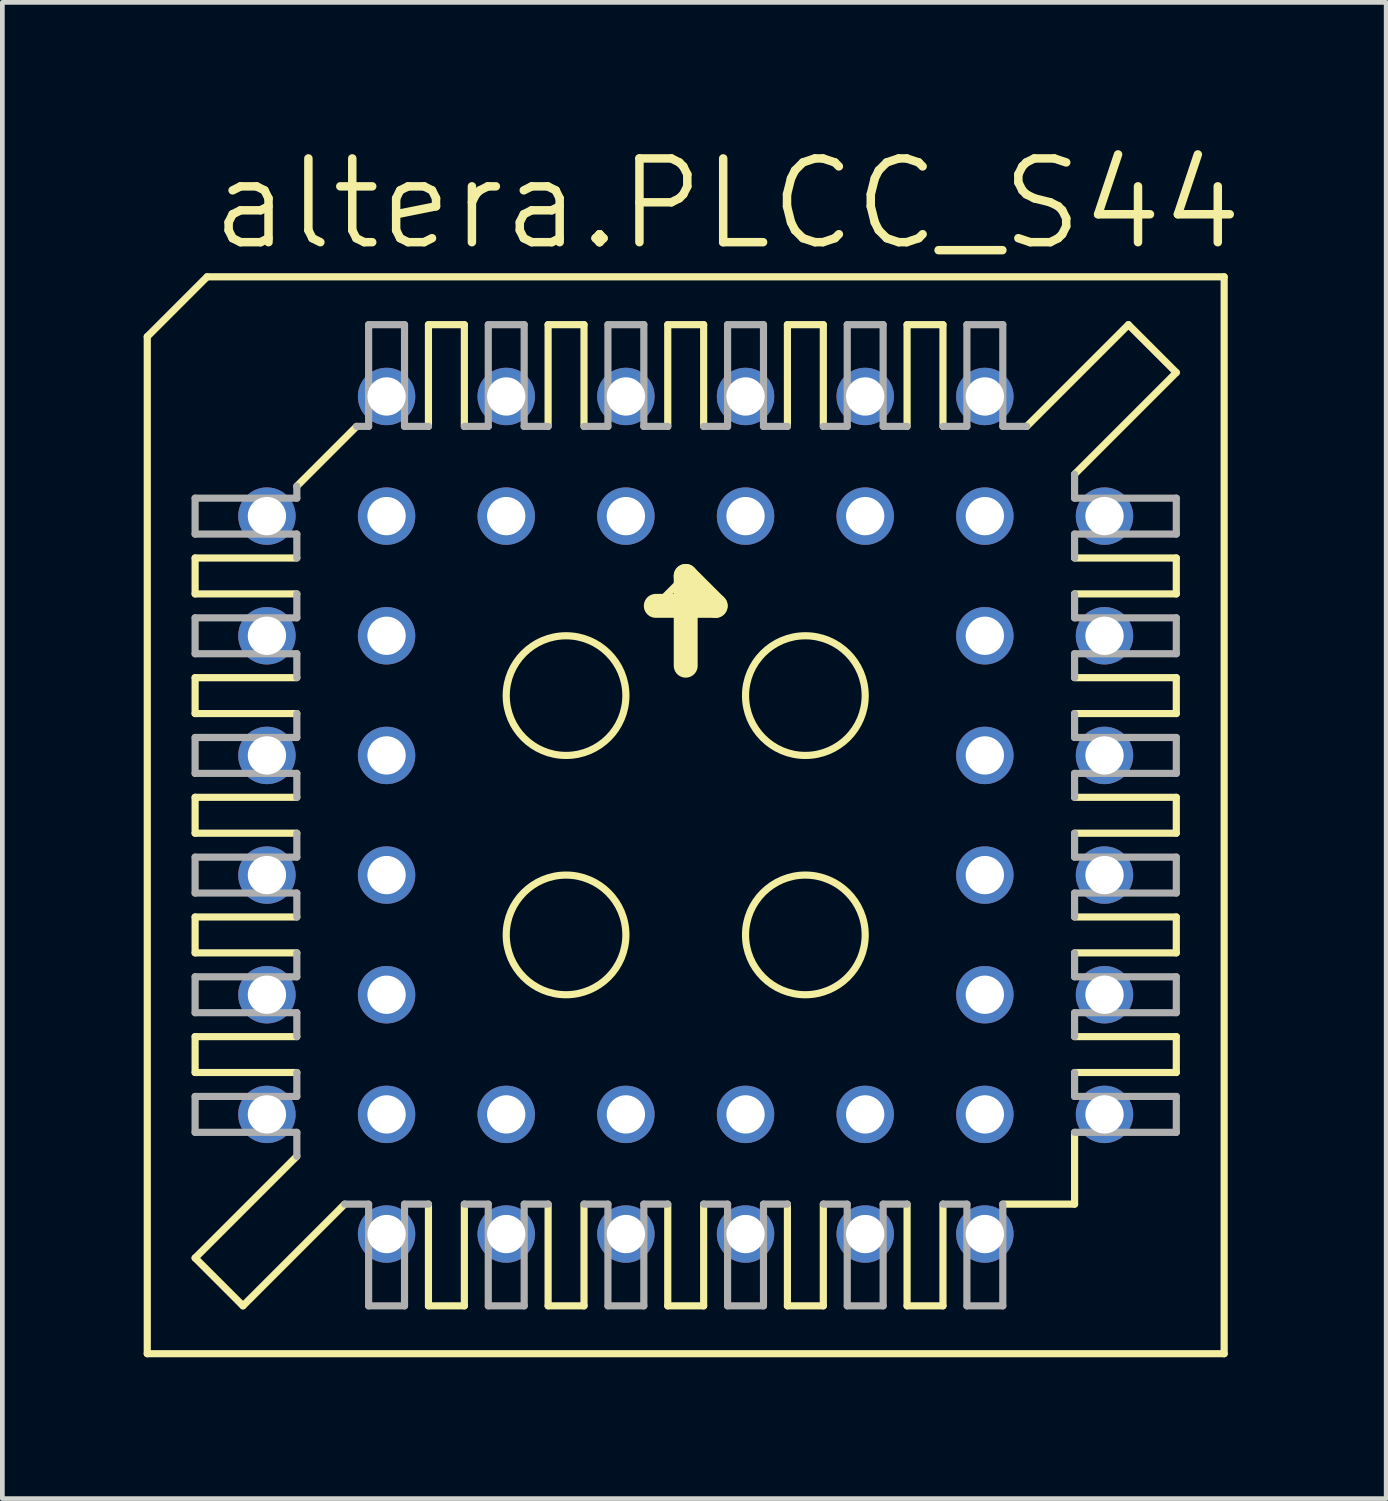
<source format=kicad_pcb>
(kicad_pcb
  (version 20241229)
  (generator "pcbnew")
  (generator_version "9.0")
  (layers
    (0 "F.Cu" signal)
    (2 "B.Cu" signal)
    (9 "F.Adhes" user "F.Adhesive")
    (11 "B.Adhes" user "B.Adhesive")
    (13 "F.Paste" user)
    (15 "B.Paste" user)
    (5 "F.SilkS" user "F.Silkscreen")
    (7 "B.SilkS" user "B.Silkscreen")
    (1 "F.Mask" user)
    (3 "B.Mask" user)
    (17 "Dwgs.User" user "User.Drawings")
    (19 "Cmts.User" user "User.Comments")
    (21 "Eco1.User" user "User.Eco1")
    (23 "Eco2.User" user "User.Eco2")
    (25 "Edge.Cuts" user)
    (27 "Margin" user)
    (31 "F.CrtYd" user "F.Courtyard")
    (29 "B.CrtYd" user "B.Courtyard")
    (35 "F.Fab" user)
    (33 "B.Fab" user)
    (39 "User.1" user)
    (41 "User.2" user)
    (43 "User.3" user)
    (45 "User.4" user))
  (footprint "altera.PLCC_S44"
    (layer "F.Cu")
    (at 11.506 14.256)
    (property "Reference" "altera.PLCC_S44" (at -10.16 -11.938 0) (layer "F.SilkS") (effects (font (size 1.778 1.778) (thickness 0.18)) (justify left bottom)))
    (attr through_hole)
    (fp_line (start -11.43 -10.16) (end -11.43 11.43) (stroke (width 0.152) (type default)) (layer "F.SilkS"))
    (fp_line (start -10.414 -5.461) (end -10.414 -4.699) (stroke (width 0.152) (type default)) (layer "F.SilkS"))
    (fp_line (start -10.414 -5.461) (end -8.255 -5.461) (stroke (width 0.152) (type default)) (layer "F.SilkS"))
    (fp_line (start -10.414 -2.921) (end -10.414 -2.159) (stroke (width 0.152) (type default)) (layer "F.SilkS"))
    (fp_line (start -10.414 -2.921) (end -8.255 -2.921) (stroke (width 0.152) (type default)) (layer "F.SilkS"))
    (fp_line (start -10.414 0.381) (end -10.414 -0.381) (stroke (width 0.152) (type default)) (layer "F.SilkS"))
    (fp_line (start -10.414 0.381) (end -8.255 0.381) (stroke (width 0.152) (type default)) (layer "F.SilkS"))
    (fp_line (start -10.414 2.921) (end -10.414 2.159) (stroke (width 0.152) (type default)) (layer "F.SilkS"))
    (fp_line (start -10.414 2.921) (end -8.255 2.921) (stroke (width 0.152) (type default)) (layer "F.SilkS"))
    (fp_line (start -10.414 5.461) (end -10.414 4.699) (stroke (width 0.152) (type default)) (layer "F.SilkS"))
    (fp_line (start -10.414 5.461) (end -8.255 5.461) (stroke (width 0.152) (type default)) (layer "F.SilkS"))
    (fp_line (start -10.414 9.398) (end -8.255 7.239) (stroke (width 0.152) (type default)) (layer "F.SilkS"))
    (fp_line (start -10.16 -11.43) (end -11.43 -10.16) (stroke (width 0.152) (type default)) (layer "F.SilkS"))
    (fp_line (start -9.398 10.414) (end -10.414 9.398) (stroke (width 0.152) (type default)) (layer "F.SilkS"))
    (fp_line (start -9.398 10.414) (end -7.239 8.255) (stroke (width 0.152) (type default)) (layer "F.SilkS"))
    (fp_line (start -8.255 -6.985) (end -6.985 -8.255) (stroke (width 0.152) (type default)) (layer "F.SilkS"))
    (fp_line (start -8.255 -4.699) (end -10.414 -4.699) (stroke (width 0.152) (type default)) (layer "F.SilkS"))
    (fp_line (start -8.255 -2.159) (end -10.414 -2.159) (stroke (width 0.152) (type default)) (layer "F.SilkS"))
    (fp_line (start -8.255 -0.381) (end -10.414 -0.381) (stroke (width 0.152) (type default)) (layer "F.SilkS"))
    (fp_line (start -8.255 2.159) (end -10.414 2.159) (stroke (width 0.152) (type default)) (layer "F.SilkS"))
    (fp_line (start -8.255 4.699) (end -10.414 4.699) (stroke (width 0.152) (type default)) (layer "F.SilkS"))
    (fp_line (start -5.461 -8.255) (end -5.461 -10.414) (stroke (width 0.152) (type default)) (layer "F.SilkS"))
    (fp_line (start -5.461 10.414) (end -5.461 8.255) (stroke (width 0.152) (type default)) (layer "F.SilkS"))
    (fp_line (start -5.461 10.414) (end -4.699 10.414) (stroke (width 0.152) (type default)) (layer "F.SilkS"))
    (fp_line (start -4.699 -10.414) (end -5.461 -10.414) (stroke (width 0.152) (type default)) (layer "F.SilkS"))
    (fp_line (start -4.699 -10.414) (end -4.699 -8.255) (stroke (width 0.152) (type default)) (layer "F.SilkS"))
    (fp_line (start -4.699 8.255) (end -4.699 10.414) (stroke (width 0.152) (type default)) (layer "F.SilkS"))
    (fp_line (start -2.921 -8.255) (end -2.921 -10.414) (stroke (width 0.152) (type default)) (layer "F.SilkS"))
    (fp_line (start -2.921 10.414) (end -2.921 8.255) (stroke (width 0.152) (type default)) (layer "F.SilkS"))
    (fp_line (start -2.921 10.414) (end -2.159 10.414) (stroke (width 0.152) (type default)) (layer "F.SilkS"))
    (fp_line (start -2.159 -10.414) (end -2.921 -10.414) (stroke (width 0.152) (type default)) (layer "F.SilkS"))
    (fp_line (start -2.159 -10.414) (end -2.159 -8.255) (stroke (width 0.152) (type default)) (layer "F.SilkS"))
    (fp_line (start -2.159 8.255) (end -2.159 10.414) (stroke (width 0.152) (type default)) (layer "F.SilkS"))
    (fp_line (start -0.635 -4.445) (end 0 -5.08) (stroke (width 0.152) (type default)) (layer "F.SilkS"))
    (fp_line (start -0.381 -8.255) (end -0.381 -10.414) (stroke (width 0.152) (type default)) (layer "F.SilkS"))
    (fp_line (start -0.381 10.414) (end -0.381 8.255) (stroke (width 0.152) (type default)) (layer "F.SilkS"))
    (fp_line (start -0.381 10.414) (end 0.381 10.414) (stroke (width 0.152) (type default)) (layer "F.SilkS"))
    (fp_line (start 0 -5.08) (end 0 -3.175) (stroke (width 0.508) (type default)) (layer "F.SilkS"))
    (fp_line (start 0 -5.08) (end 0.635 -4.445) (stroke (width 0.508) (type default)) (layer "F.SilkS"))
    (fp_line (start 0.381 -10.414) (end -0.381 -10.414) (stroke (width 0.152) (type default)) (layer "F.SilkS"))
    (fp_line (start 0.381 -10.414) (end 0.381 -8.255) (stroke (width 0.152) (type default)) (layer "F.SilkS"))
    (fp_line (start 0.381 8.255) (end 0.381 10.414) (stroke (width 0.152) (type default)) (layer "F.SilkS"))
    (fp_line (start 0.635 -4.445) (end -0.635 -4.445) (stroke (width 0.508) (type default)) (layer "F.SilkS"))
    (fp_line (start 2.159 -8.255) (end 2.159 -10.414) (stroke (width 0.152) (type default)) (layer "F.SilkS"))
    (fp_line (start 2.159 10.414) (end 2.159 8.255) (stroke (width 0.152) (type default)) (layer "F.SilkS"))
    (fp_line (start 2.159 10.414) (end 2.921 10.414) (stroke (width 0.152) (type default)) (layer "F.SilkS"))
    (fp_line (start 2.921 -10.414) (end 2.159 -10.414) (stroke (width 0.152) (type default)) (layer "F.SilkS"))
    (fp_line (start 2.921 -10.414) (end 2.921 -8.255) (stroke (width 0.152) (type default)) (layer "F.SilkS"))
    (fp_line (start 2.921 8.255) (end 2.921 10.414) (stroke (width 0.152) (type default)) (layer "F.SilkS"))
    (fp_line (start 4.699 -8.255) (end 4.699 -10.414) (stroke (width 0.152) (type default)) (layer "F.SilkS"))
    (fp_line (start 4.699 10.414) (end 4.699 8.255) (stroke (width 0.152) (type default)) (layer "F.SilkS"))
    (fp_line (start 4.699 10.414) (end 5.461 10.414) (stroke (width 0.152) (type default)) (layer "F.SilkS"))
    (fp_line (start 5.461 -10.414) (end 4.699 -10.414) (stroke (width 0.152) (type default)) (layer "F.SilkS"))
    (fp_line (start 5.461 -10.414) (end 5.461 -8.255) (stroke (width 0.152) (type default)) (layer "F.SilkS"))
    (fp_line (start 5.461 8.255) (end 5.461 10.414) (stroke (width 0.152) (type default)) (layer "F.SilkS"))
    (fp_line (start 6.731 8.255) (end 8.255 8.255) (stroke (width 0.152) (type default)) (layer "F.SilkS"))
    (fp_line (start 8.255 -4.699) (end 10.414 -4.699) (stroke (width 0.152) (type default)) (layer "F.SilkS"))
    (fp_line (start 8.255 -2.159) (end 10.414 -2.159) (stroke (width 0.152) (type default)) (layer "F.SilkS"))
    (fp_line (start 8.255 0.381) (end 10.414 0.381) (stroke (width 0.152) (type default)) (layer "F.SilkS"))
    (fp_line (start 8.255 2.159) (end 10.414 2.159) (stroke (width 0.152) (type default)) (layer "F.SilkS"))
    (fp_line (start 8.255 4.699) (end 10.414 4.699) (stroke (width 0.152) (type default)) (layer "F.SilkS"))
    (fp_line (start 8.255 8.255) (end 8.255 6.731) (stroke (width 0.152) (type default)) (layer "F.SilkS"))
    (fp_line (start 9.398 -10.414) (end 7.239 -8.255) (stroke (width 0.152) (type default)) (layer "F.SilkS"))
    (fp_line (start 10.414 -9.398) (end 8.255 -7.239) (stroke (width 0.152) (type default)) (layer "F.SilkS"))
    (fp_line (start 10.414 -9.398) (end 9.398 -10.414) (stroke (width 0.152) (type default)) (layer "F.SilkS"))
    (fp_line (start 10.414 -5.461) (end 8.255 -5.461) (stroke (width 0.152) (type default)) (layer "F.SilkS"))
    (fp_line (start 10.414 -5.461) (end 10.414 -4.699) (stroke (width 0.152) (type default)) (layer "F.SilkS"))
    (fp_line (start 10.414 -2.921) (end 8.255 -2.921) (stroke (width 0.152) (type default)) (layer "F.SilkS"))
    (fp_line (start 10.414 -2.921) (end 10.414 -2.159) (stroke (width 0.152) (type default)) (layer "F.SilkS"))
    (fp_line (start 10.414 -0.381) (end 8.255 -0.381) (stroke (width 0.152) (type default)) (layer "F.SilkS"))
    (fp_line (start 10.414 -0.381) (end 10.414 0.381) (stroke (width 0.152) (type default)) (layer "F.SilkS"))
    (fp_line (start 10.414 2.921) (end 8.255 2.921) (stroke (width 0.152) (type default)) (layer "F.SilkS"))
    (fp_line (start 10.414 2.921) (end 10.414 2.159) (stroke (width 0.152) (type default)) (layer "F.SilkS"))
    (fp_line (start 10.414 5.461) (end 8.255 5.461) (stroke (width 0.152) (type default)) (layer "F.SilkS"))
    (fp_line (start 10.414 5.461) (end 10.414 4.699) (stroke (width 0.152) (type default)) (layer "F.SilkS"))
    (fp_line (start 11.43 -11.43) (end -10.16 -11.43) (stroke (width 0.152) (type default)) (layer "F.SilkS"))
    (fp_line (start 11.43 11.43) (end -11.43 11.43) (stroke (width 0.152) (type default)) (layer "F.SilkS"))
    (fp_line (start 11.43 11.43) (end 11.43 -11.43) (stroke (width 0.152) (type default)) (layer "F.SilkS"))
    (fp_circle (center -2.54 -2.54) (end -1.27 -2.54) (stroke (width 0.152) (type default)) (fill no) (layer "F.SilkS"))
    (fp_circle (center -2.54 2.54) (end -1.27 2.54) (stroke (width 0.152) (type default)) (fill no) (layer "F.SilkS"))
    (fp_circle (center 2.54 -2.54) (end 3.81 -2.54) (stroke (width 0.152) (type default)) (fill no) (layer "F.SilkS"))
    (fp_circle (center 2.54 2.54) (end 3.81 2.54) (stroke (width 0.152) (type default)) (fill no) (layer "F.SilkS"))
    (fp_line (start -10.414 -6.731) (end -10.414 -5.969) (stroke (width 0.152) (type default)) (layer "F.Fab"))
    (fp_line (start -10.414 -6.731) (end -8.255 -6.731) (stroke (width 0.152) (type default)) (layer "F.Fab"))
    (fp_line (start -10.414 -4.191) (end -10.414 -3.429) (stroke (width 0.152) (type default)) (layer "F.Fab"))
    (fp_line (start -10.414 -4.191) (end -8.255 -4.191) (stroke (width 0.152) (type default)) (layer "F.Fab"))
    (fp_line (start -10.414 -0.889) (end -10.414 -1.651) (stroke (width 0.152) (type default)) (layer "F.Fab"))
    (fp_line (start -10.414 -0.889) (end -8.255 -0.889) (stroke (width 0.152) (type default)) (layer "F.Fab"))
    (fp_line (start -10.414 1.651) (end -10.414 0.889) (stroke (width 0.152) (type default)) (layer "F.Fab"))
    (fp_line (start -10.414 1.651) (end -8.255 1.651) (stroke (width 0.152) (type default)) (layer "F.Fab"))
    (fp_line (start -10.414 4.191) (end -10.414 3.429) (stroke (width 0.152) (type default)) (layer "F.Fab"))
    (fp_line (start -10.414 4.191) (end -8.255 4.191) (stroke (width 0.152) (type default)) (layer "F.Fab"))
    (fp_line (start -10.414 6.731) (end -10.414 5.969) (stroke (width 0.152) (type default)) (layer "F.Fab"))
    (fp_line (start -10.414 6.731) (end -8.255 6.731) (stroke (width 0.152) (type default)) (layer "F.Fab"))
    (fp_line (start -8.255 -6.731) (end -8.255 -6.985) (stroke (width 0.152) (type default)) (layer "F.Fab"))
    (fp_line (start -8.255 -5.969) (end -10.414 -5.969) (stroke (width 0.152) (type default)) (layer "F.Fab"))
    (fp_line (start -8.255 -5.969) (end -8.255 -5.461) (stroke (width 0.152) (type default)) (layer "F.Fab"))
    (fp_line (start -8.255 -4.699) (end -8.255 -4.191) (stroke (width 0.152) (type default)) (layer "F.Fab"))
    (fp_line (start -8.255 -3.429) (end -10.414 -3.429) (stroke (width 0.152) (type default)) (layer "F.Fab"))
    (fp_line (start -8.255 -3.429) (end -8.255 -2.921) (stroke (width 0.152) (type default)) (layer "F.Fab"))
    (fp_line (start -8.255 -2.159) (end -8.255 -1.651) (stroke (width 0.152) (type default)) (layer "F.Fab"))
    (fp_line (start -8.255 -1.651) (end -10.414 -1.651) (stroke (width 0.152) (type default)) (layer "F.Fab"))
    (fp_line (start -8.255 -0.381) (end -8.255 -0.889) (stroke (width 0.152) (type default)) (layer "F.Fab"))
    (fp_line (start -8.255 0.889) (end -10.414 0.889) (stroke (width 0.152) (type default)) (layer "F.Fab"))
    (fp_line (start -8.255 0.889) (end -8.255 0.381) (stroke (width 0.152) (type default)) (layer "F.Fab"))
    (fp_line (start -8.255 2.159) (end -8.255 1.651) (stroke (width 0.152) (type default)) (layer "F.Fab"))
    (fp_line (start -8.255 3.429) (end -10.414 3.429) (stroke (width 0.152) (type default)) (layer "F.Fab"))
    (fp_line (start -8.255 3.429) (end -8.255 2.921) (stroke (width 0.152) (type default)) (layer "F.Fab"))
    (fp_line (start -8.255 4.699) (end -8.255 4.191) (stroke (width 0.152) (type default)) (layer "F.Fab"))
    (fp_line (start -8.255 5.969) (end -10.414 5.969) (stroke (width 0.152) (type default)) (layer "F.Fab"))
    (fp_line (start -8.255 5.969) (end -8.255 5.461) (stroke (width 0.152) (type default)) (layer "F.Fab"))
    (fp_line (start -8.255 7.239) (end -8.255 6.731) (stroke (width 0.152) (type default)) (layer "F.Fab"))
    (fp_line (start -7.239 8.255) (end -6.731 8.255) (stroke (width 0.152) (type default)) (layer "F.Fab"))
    (fp_line (start -6.985 -8.255) (end -6.731 -8.255) (stroke (width 0.152) (type default)) (layer "F.Fab"))
    (fp_line (start -6.731 -8.255) (end -6.731 -10.414) (stroke (width 0.152) (type default)) (layer "F.Fab"))
    (fp_line (start -6.731 10.414) (end -6.731 8.255) (stroke (width 0.152) (type default)) (layer "F.Fab"))
    (fp_line (start -6.731 10.414) (end -5.969 10.414) (stroke (width 0.152) (type default)) (layer "F.Fab"))
    (fp_line (start -5.969 -10.414) (end -6.731 -10.414) (stroke (width 0.152) (type default)) (layer "F.Fab"))
    (fp_line (start -5.969 -10.414) (end -5.969 -8.255) (stroke (width 0.152) (type default)) (layer "F.Fab"))
    (fp_line (start -5.969 8.255) (end -5.969 10.414) (stroke (width 0.152) (type default)) (layer "F.Fab"))
    (fp_line (start -5.969 8.255) (end -5.461 8.255) (stroke (width 0.152) (type default)) (layer "F.Fab"))
    (fp_line (start -5.461 -8.255) (end -5.969 -8.255) (stroke (width 0.152) (type default)) (layer "F.Fab"))
    (fp_line (start -4.699 8.255) (end -4.191 8.255) (stroke (width 0.152) (type default)) (layer "F.Fab"))
    (fp_line (start -4.191 -8.255) (end -4.699 -8.255) (stroke (width 0.152) (type default)) (layer "F.Fab"))
    (fp_line (start -4.191 -8.255) (end -4.191 -10.414) (stroke (width 0.152) (type default)) (layer "F.Fab"))
    (fp_line (start -4.191 10.414) (end -4.191 8.255) (stroke (width 0.152) (type default)) (layer "F.Fab"))
    (fp_line (start -4.191 10.414) (end -3.429 10.414) (stroke (width 0.152) (type default)) (layer "F.Fab"))
    (fp_line (start -3.429 -10.414) (end -4.191 -10.414) (stroke (width 0.152) (type default)) (layer "F.Fab"))
    (fp_line (start -3.429 -10.414) (end -3.429 -8.255) (stroke (width 0.152) (type default)) (layer "F.Fab"))
    (fp_line (start -3.429 8.255) (end -3.429 10.414) (stroke (width 0.152) (type default)) (layer "F.Fab"))
    (fp_line (start -3.429 8.255) (end -2.921 8.255) (stroke (width 0.152) (type default)) (layer "F.Fab"))
    (fp_line (start -2.921 -8.255) (end -3.429 -8.255) (stroke (width 0.152) (type default)) (layer "F.Fab"))
    (fp_line (start -2.159 8.255) (end -1.651 8.255) (stroke (width 0.152) (type default)) (layer "F.Fab"))
    (fp_line (start -1.651 -8.255) (end -2.159 -8.255) (stroke (width 0.152) (type default)) (layer "F.Fab"))
    (fp_line (start -1.651 -8.255) (end -1.651 -10.414) (stroke (width 0.152) (type default)) (layer "F.Fab"))
    (fp_line (start -1.651 10.414) (end -1.651 8.255) (stroke (width 0.152) (type default)) (layer "F.Fab"))
    (fp_line (start -1.651 10.414) (end -0.889 10.414) (stroke (width 0.152) (type default)) (layer "F.Fab"))
    (fp_line (start -0.889 -10.414) (end -1.651 -10.414) (stroke (width 0.152) (type default)) (layer "F.Fab"))
    (fp_line (start -0.889 -10.414) (end -0.889 -8.255) (stroke (width 0.152) (type default)) (layer "F.Fab"))
    (fp_line (start -0.889 8.255) (end -0.889 10.414) (stroke (width 0.152) (type default)) (layer "F.Fab"))
    (fp_line (start -0.889 8.255) (end -0.381 8.255) (stroke (width 0.152) (type default)) (layer "F.Fab"))
    (fp_line (start -0.381 -8.255) (end -0.889 -8.255) (stroke (width 0.152) (type default)) (layer "F.Fab"))
    (fp_line (start 0.381 8.255) (end 0.889 8.255) (stroke (width 0.152) (type default)) (layer "F.Fab"))
    (fp_line (start 0.889 -8.255) (end 0.381 -8.255) (stroke (width 0.152) (type default)) (layer "F.Fab"))
    (fp_line (start 0.889 -8.255) (end 0.889 -10.414) (stroke (width 0.152) (type default)) (layer "F.Fab"))
    (fp_line (start 0.889 10.414) (end 0.889 8.255) (stroke (width 0.152) (type default)) (layer "F.Fab"))
    (fp_line (start 0.889 10.414) (end 1.651 10.414) (stroke (width 0.152) (type default)) (layer "F.Fab"))
    (fp_line (start 1.651 -10.414) (end 0.889 -10.414) (stroke (width 0.152) (type default)) (layer "F.Fab"))
    (fp_line (start 1.651 -10.414) (end 1.651 -8.255) (stroke (width 0.152) (type default)) (layer "F.Fab"))
    (fp_line (start 1.651 8.255) (end 1.651 10.414) (stroke (width 0.152) (type default)) (layer "F.Fab"))
    (fp_line (start 1.651 8.255) (end 2.159 8.255) (stroke (width 0.152) (type default)) (layer "F.Fab"))
    (fp_line (start 2.159 -8.255) (end 1.651 -8.255) (stroke (width 0.152) (type default)) (layer "F.Fab"))
    (fp_line (start 2.921 8.255) (end 3.429 8.255) (stroke (width 0.152) (type default)) (layer "F.Fab"))
    (fp_line (start 3.429 -8.255) (end 2.921 -8.255) (stroke (width 0.152) (type default)) (layer "F.Fab"))
    (fp_line (start 3.429 -8.255) (end 3.429 -10.414) (stroke (width 0.152) (type default)) (layer "F.Fab"))
    (fp_line (start 3.429 10.414) (end 3.429 8.255) (stroke (width 0.152) (type default)) (layer "F.Fab"))
    (fp_line (start 3.429 10.414) (end 4.191 10.414) (stroke (width 0.152) (type default)) (layer "F.Fab"))
    (fp_line (start 4.191 -10.414) (end 3.429 -10.414) (stroke (width 0.152) (type default)) (layer "F.Fab"))
    (fp_line (start 4.191 -10.414) (end 4.191 -8.255) (stroke (width 0.152) (type default)) (layer "F.Fab"))
    (fp_line (start 4.191 8.255) (end 4.191 10.414) (stroke (width 0.152) (type default)) (layer "F.Fab"))
    (fp_line (start 4.191 8.255) (end 4.699 8.255) (stroke (width 0.152) (type default)) (layer "F.Fab"))
    (fp_line (start 4.699 -8.255) (end 4.191 -8.255) (stroke (width 0.152) (type default)) (layer "F.Fab"))
    (fp_line (start 5.461 8.255) (end 5.969 8.255) (stroke (width 0.152) (type default)) (layer "F.Fab"))
    (fp_line (start 5.969 -8.255) (end 5.461 -8.255) (stroke (width 0.152) (type default)) (layer "F.Fab"))
    (fp_line (start 5.969 -8.255) (end 5.969 -10.414) (stroke (width 0.152) (type default)) (layer "F.Fab"))
    (fp_line (start 5.969 10.414) (end 5.969 8.255) (stroke (width 0.152) (type default)) (layer "F.Fab"))
    (fp_line (start 5.969 10.414) (end 6.731 10.414) (stroke (width 0.152) (type default)) (layer "F.Fab"))
    (fp_line (start 6.731 -10.414) (end 5.969 -10.414) (stroke (width 0.152) (type default)) (layer "F.Fab"))
    (fp_line (start 6.731 -10.414) (end 6.731 -8.255) (stroke (width 0.152) (type default)) (layer "F.Fab"))
    (fp_line (start 6.731 8.255) (end 6.731 10.414) (stroke (width 0.152) (type default)) (layer "F.Fab"))
    (fp_line (start 7.239 -8.255) (end 6.731 -8.255) (stroke (width 0.152) (type default)) (layer "F.Fab"))
    (fp_line (start 8.255 -7.239) (end 8.255 -6.731) (stroke (width 0.152) (type default)) (layer "F.Fab"))
    (fp_line (start 8.255 -5.969) (end 8.255 -5.461) (stroke (width 0.152) (type default)) (layer "F.Fab"))
    (fp_line (start 8.255 -5.969) (end 10.414 -5.969) (stroke (width 0.152) (type default)) (layer "F.Fab"))
    (fp_line (start 8.255 -4.699) (end 8.255 -4.191) (stroke (width 0.152) (type default)) (layer "F.Fab"))
    (fp_line (start 8.255 -3.429) (end 8.255 -2.921) (stroke (width 0.152) (type default)) (layer "F.Fab"))
    (fp_line (start 8.255 -3.429) (end 10.414 -3.429) (stroke (width 0.152) (type default)) (layer "F.Fab"))
    (fp_line (start 8.255 -2.159) (end 8.255 -1.651) (stroke (width 0.152) (type default)) (layer "F.Fab"))
    (fp_line (start 8.255 -0.889) (end 8.255 -0.381) (stroke (width 0.152) (type default)) (layer "F.Fab"))
    (fp_line (start 8.255 -0.889) (end 10.414 -0.889) (stroke (width 0.152) (type default)) (layer "F.Fab"))
    (fp_line (start 8.255 0.381) (end 8.255 0.889) (stroke (width 0.152) (type default)) (layer "F.Fab"))
    (fp_line (start 8.255 1.651) (end 8.255 2.159) (stroke (width 0.152) (type default)) (layer "F.Fab"))
    (fp_line (start 8.255 1.651) (end 10.414 1.651) (stroke (width 0.152) (type default)) (layer "F.Fab"))
    (fp_line (start 8.255 3.429) (end 8.255 2.921) (stroke (width 0.152) (type default)) (layer "F.Fab"))
    (fp_line (start 8.255 3.429) (end 10.414 3.429) (stroke (width 0.152) (type default)) (layer "F.Fab"))
    (fp_line (start 8.255 4.699) (end 8.255 4.191) (stroke (width 0.152) (type default)) (layer "F.Fab"))
    (fp_line (start 8.255 5.969) (end 8.255 5.461) (stroke (width 0.152) (type default)) (layer "F.Fab"))
    (fp_line (start 8.255 5.969) (end 10.414 5.969) (stroke (width 0.152) (type default)) (layer "F.Fab"))
    (fp_line (start 10.414 -6.731) (end 8.255 -6.731) (stroke (width 0.152) (type default)) (layer "F.Fab"))
    (fp_line (start 10.414 -6.731) (end 10.414 -5.969) (stroke (width 0.152) (type default)) (layer "F.Fab"))
    (fp_line (start 10.414 -4.191) (end 8.255 -4.191) (stroke (width 0.152) (type default)) (layer "F.Fab"))
    (fp_line (start 10.414 -4.191) (end 10.414 -3.429) (stroke (width 0.152) (type default)) (layer "F.Fab"))
    (fp_line (start 10.414 -1.651) (end 8.255 -1.651) (stroke (width 0.152) (type default)) (layer "F.Fab"))
    (fp_line (start 10.414 -1.651) (end 10.414 -0.889) (stroke (width 0.152) (type default)) (layer "F.Fab"))
    (fp_line (start 10.414 0.889) (end 8.255 0.889) (stroke (width 0.152) (type default)) (layer "F.Fab"))
    (fp_line (start 10.414 0.889) (end 10.414 1.651) (stroke (width 0.152) (type default)) (layer "F.Fab"))
    (fp_line (start 10.414 4.191) (end 8.255 4.191) (stroke (width 0.152) (type default)) (layer "F.Fab"))
    (fp_line (start 10.414 4.191) (end 10.414 3.429) (stroke (width 0.152) (type default)) (layer "F.Fab"))
    (fp_line (start 10.414 6.731) (end 8.255 6.731) (stroke (width 0.152) (type default)) (layer "F.Fab"))
    (fp_line (start 10.414 6.731) (end 10.414 5.969) (stroke (width 0.152) (type default)) (layer "F.Fab"))
    (pad "1" thru_hole circle (at 1.27 -6.35) (size 1.219 1.219) (drill 0.813) (layers "*.Cu" "*.Mask"))
    (pad "2" thru_hole circle (at -1.27 -8.89) (size 1.219 1.219) (drill 0.813) (layers "*.Cu" "*.Mask"))
    (pad "3" thru_hole circle (at -1.27 -6.35) (size 1.219 1.219) (drill 0.813) (layers "*.Cu" "*.Mask"))
    (pad "4" thru_hole circle (at -3.81 -8.89) (size 1.219 1.219) (drill 0.813) (layers "*.Cu" "*.Mask"))
    (pad "5" thru_hole circle (at -3.81 -6.35) (size 1.219 1.219) (drill 0.813) (layers "*.Cu" "*.Mask"))
    (pad "6" thru_hole circle (at -6.35 -8.89) (size 1.219 1.219) (drill 0.813) (layers "*.Cu" "*.Mask"))
    (pad "7" thru_hole circle (at -8.89 -6.35) (size 1.219 1.219) (drill 0.813) (layers "*.Cu" "*.Mask"))
    (pad "8" thru_hole circle (at -6.35 -6.35) (size 1.219 1.219) (drill 0.813) (layers "*.Cu" "*.Mask"))
    (pad "9" thru_hole circle (at -8.89 -3.81) (size 1.219 1.219) (drill 0.813) (layers "*.Cu" "*.Mask"))
    (pad "10" thru_hole circle (at -6.35 -3.81) (size 1.219 1.219) (drill 0.813) (layers "*.Cu" "*.Mask"))
    (pad "11" thru_hole circle (at -8.89 -1.27) (size 1.219 1.219) (drill 0.813) (layers "*.Cu" "*.Mask"))
    (pad "12" thru_hole circle (at -6.35 -1.27) (size 1.219 1.219) (drill 0.813) (layers "*.Cu" "*.Mask"))
    (pad "13" thru_hole circle (at -8.89 1.27) (size 1.219 1.219) (drill 0.813) (layers "*.Cu" "*.Mask"))
    (pad "14" thru_hole circle (at -6.35 1.27) (size 1.219 1.219) (drill 0.813) (layers "*.Cu" "*.Mask"))
    (pad "15" thru_hole circle (at -8.89 3.81) (size 1.219 1.219) (drill 0.813) (layers "*.Cu" "*.Mask"))
    (pad "16" thru_hole circle (at -6.35 3.81) (size 1.219 1.219) (drill 0.813) (layers "*.Cu" "*.Mask"))
    (pad "17" thru_hole circle (at -8.89 6.35) (size 1.219 1.219) (drill 0.813) (layers "*.Cu" "*.Mask"))
    (pad "18" thru_hole circle (at -6.35 8.89) (size 1.219 1.219) (drill 0.813) (layers "*.Cu" "*.Mask"))
    (pad "19" thru_hole circle (at -6.35 6.35) (size 1.219 1.219) (drill 0.813) (layers "*.Cu" "*.Mask"))
    (pad "20" thru_hole circle (at -3.81 8.89) (size 1.219 1.219) (drill 0.813) (layers "*.Cu" "*.Mask"))
    (pad "21" thru_hole circle (at -3.81 6.35) (size 1.219 1.219) (drill 0.813) (layers "*.Cu" "*.Mask"))
    (pad "22" thru_hole circle (at -1.27 8.89) (size 1.219 1.219) (drill 0.813) (layers "*.Cu" "*.Mask"))
    (pad "23" thru_hole circle (at -1.27 6.35) (size 1.219 1.219) (drill 0.813) (layers "*.Cu" "*.Mask"))
    (pad "24" thru_hole circle (at 1.27 8.89) (size 1.219 1.219) (drill 0.813) (layers "*.Cu" "*.Mask"))
    (pad "25" thru_hole circle (at 1.27 6.35) (size 1.219 1.219) (drill 0.813) (layers "*.Cu" "*.Mask"))
    (pad "26" thru_hole circle (at 3.81 8.89) (size 1.219 1.219) (drill 0.813) (layers "*.Cu" "*.Mask"))
    (pad "27" thru_hole circle (at 3.81 6.35) (size 1.219 1.219) (drill 0.813) (layers "*.Cu" "*.Mask"))
    (pad "28" thru_hole circle (at 6.35 8.89) (size 1.219 1.219) (drill 0.813) (layers "*.Cu" "*.Mask"))
    (pad "29" thru_hole circle (at 8.89 6.35) (size 1.219 1.219) (drill 0.813) (layers "*.Cu" "*.Mask"))
    (pad "30" thru_hole circle (at 6.35 6.35) (size 1.219 1.219) (drill 0.813) (layers "*.Cu" "*.Mask"))
    (pad "31" thru_hole circle (at 8.89 3.81) (size 1.219 1.219) (drill 0.813) (layers "*.Cu" "*.Mask"))
    (pad "32" thru_hole circle (at 6.35 3.81) (size 1.219 1.219) (drill 0.813) (layers "*.Cu" "*.Mask"))
    (pad "33" thru_hole circle (at 8.89 1.27) (size 1.219 1.219) (drill 0.813) (layers "*.Cu" "*.Mask"))
    (pad "34" thru_hole circle (at 6.35 1.27) (size 1.219 1.219) (drill 0.813) (layers "*.Cu" "*.Mask"))
    (pad "35" thru_hole circle (at 8.89 -1.27) (size 1.219 1.219) (drill 0.813) (layers "*.Cu" "*.Mask"))
    (pad "36" thru_hole circle (at 6.35 -1.27) (size 1.219 1.219) (drill 0.813) (layers "*.Cu" "*.Mask"))
    (pad "37" thru_hole circle (at 8.89 -3.81) (size 1.219 1.219) (drill 0.813) (layers "*.Cu" "*.Mask"))
    (pad "38" thru_hole circle (at 6.35 -3.81) (size 1.219 1.219) (drill 0.813) (layers "*.Cu" "*.Mask"))
    (pad "39" thru_hole circle (at 8.89 -6.35) (size 1.219 1.219) (drill 0.813) (layers "*.Cu" "*.Mask"))
    (pad "40" thru_hole circle (at 6.35 -8.89) (size 1.219 1.219) (drill 0.813) (layers "*.Cu" "*.Mask"))
    (pad "41" thru_hole circle (at 6.35 -6.35) (size 1.219 1.219) (drill 0.813) (layers "*.Cu" "*.Mask"))
    (pad "42" thru_hole circle (at 3.81 -8.89) (size 1.219 1.219) (drill 0.813) (layers "*.Cu" "*.Mask"))
    (pad "43" thru_hole circle (at 3.81 -6.35) (size 1.219 1.219) (drill 0.813) (layers "*.Cu" "*.Mask"))
    (pad "44" thru_hole circle (at 1.27 -8.89) (size 1.219 1.219) (drill 0.813) (layers "*.Cu" "*.Mask")))
  (gr_rect
    (start -3 -3)
    (end 26.375 28.762)
    (stroke (width 0.1) (type default))
    (fill no)
    (layer "Edge.Cuts")))
</source>
